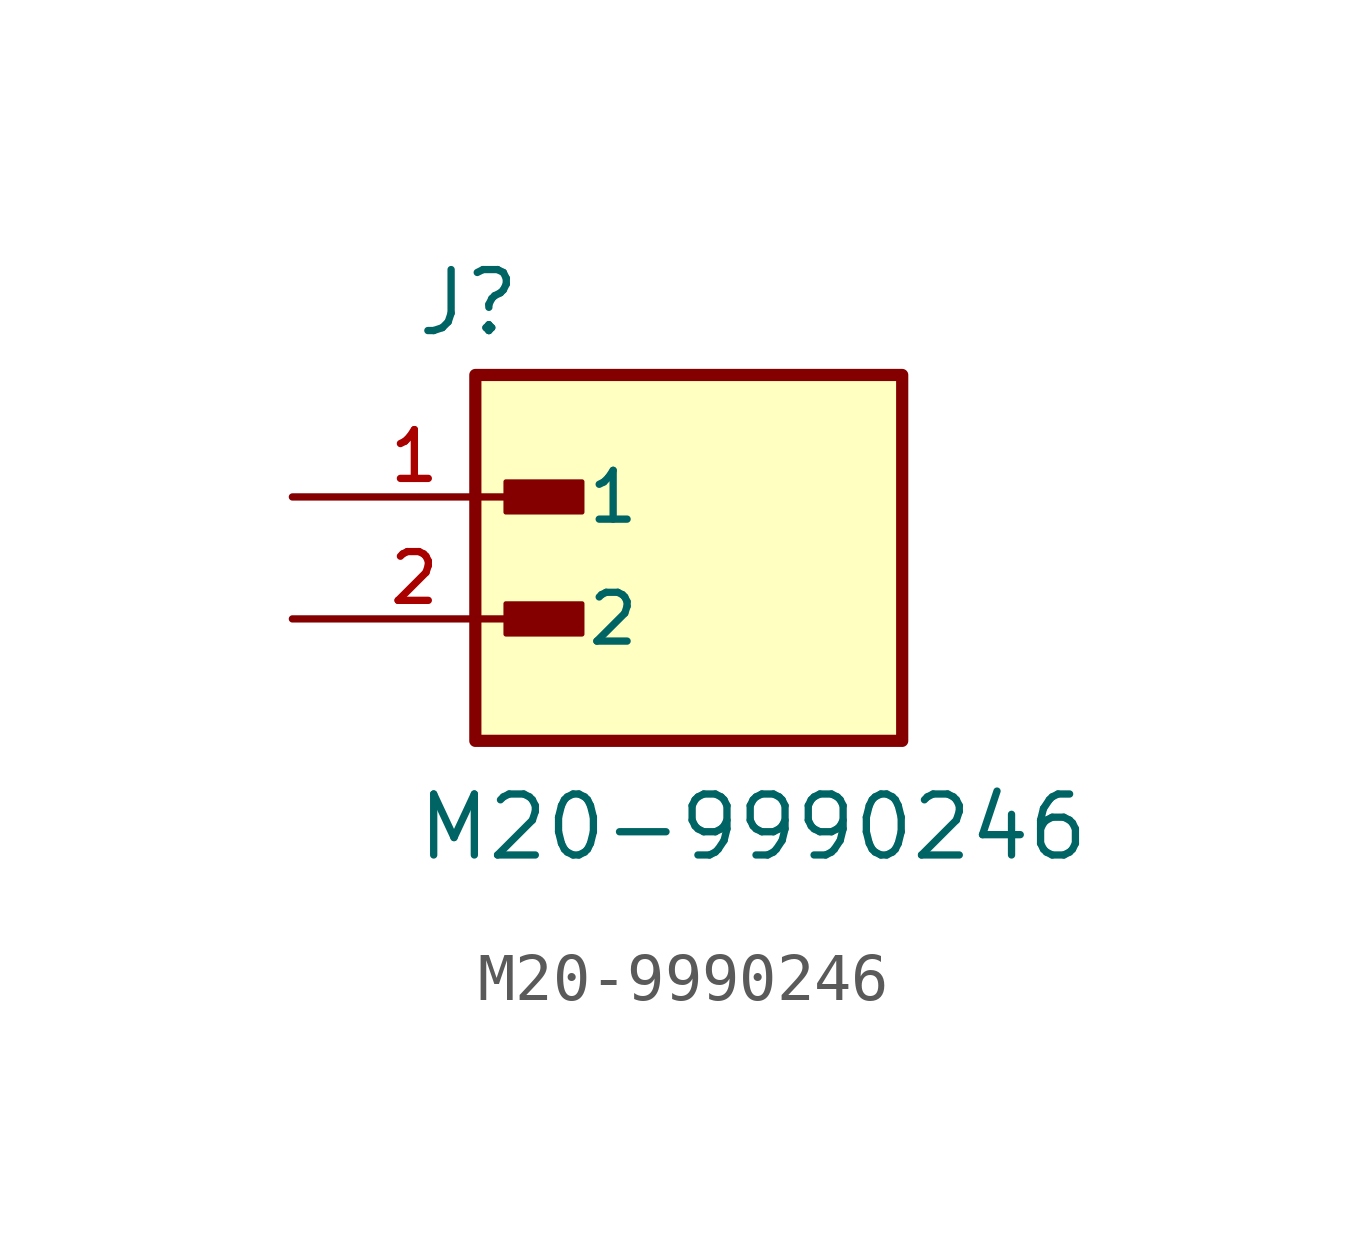
<source format=kicad_sym>
(kicad_symbol_lib
  (version 20211014)
  (generator kicad_symbol_editor)
  (symbol "M20-9990246"
    (pin_names
      (offset 1.016))
    (property "Reference" "J"
      (at -5.08 5.842 0)
      (effects (font (size 1.27 1.27)) (justify bottom left)))
    (property "Value" "M20-9990246"
      (at -5.08 -5.08 0)
      (effects (font (size 1.27 1.27)) (justify bottom left)))
    (symbol "M20-9990246_0_0"
      (rectangle (start -3.175 2.223) (end -1.587 2.857) (stroke (width 0.1)) (fill (type outline)))
      (rectangle (start -3.175 -0.318) (end -1.587 0.318) (stroke (width 0.1)) (fill (type outline)))
      (rectangle (start -3.81 -2.54) (end 5.08 5.08) (stroke (width 0.254)) (fill (type background)))
      (pin passive line (at -7.62 2.54 0) (length 5.08) (name "1" (effects (font (size 1.016 1.016)))) (number "1" (effects (font (size 1.016 1.016)))))
      (pin passive line (at -7.62 0.0 0) (length 5.08) (name "2" (effects (font (size 1.016 1.016)))) (number "2" (effects (font (size 1.016 1.016))))))))
</source>
